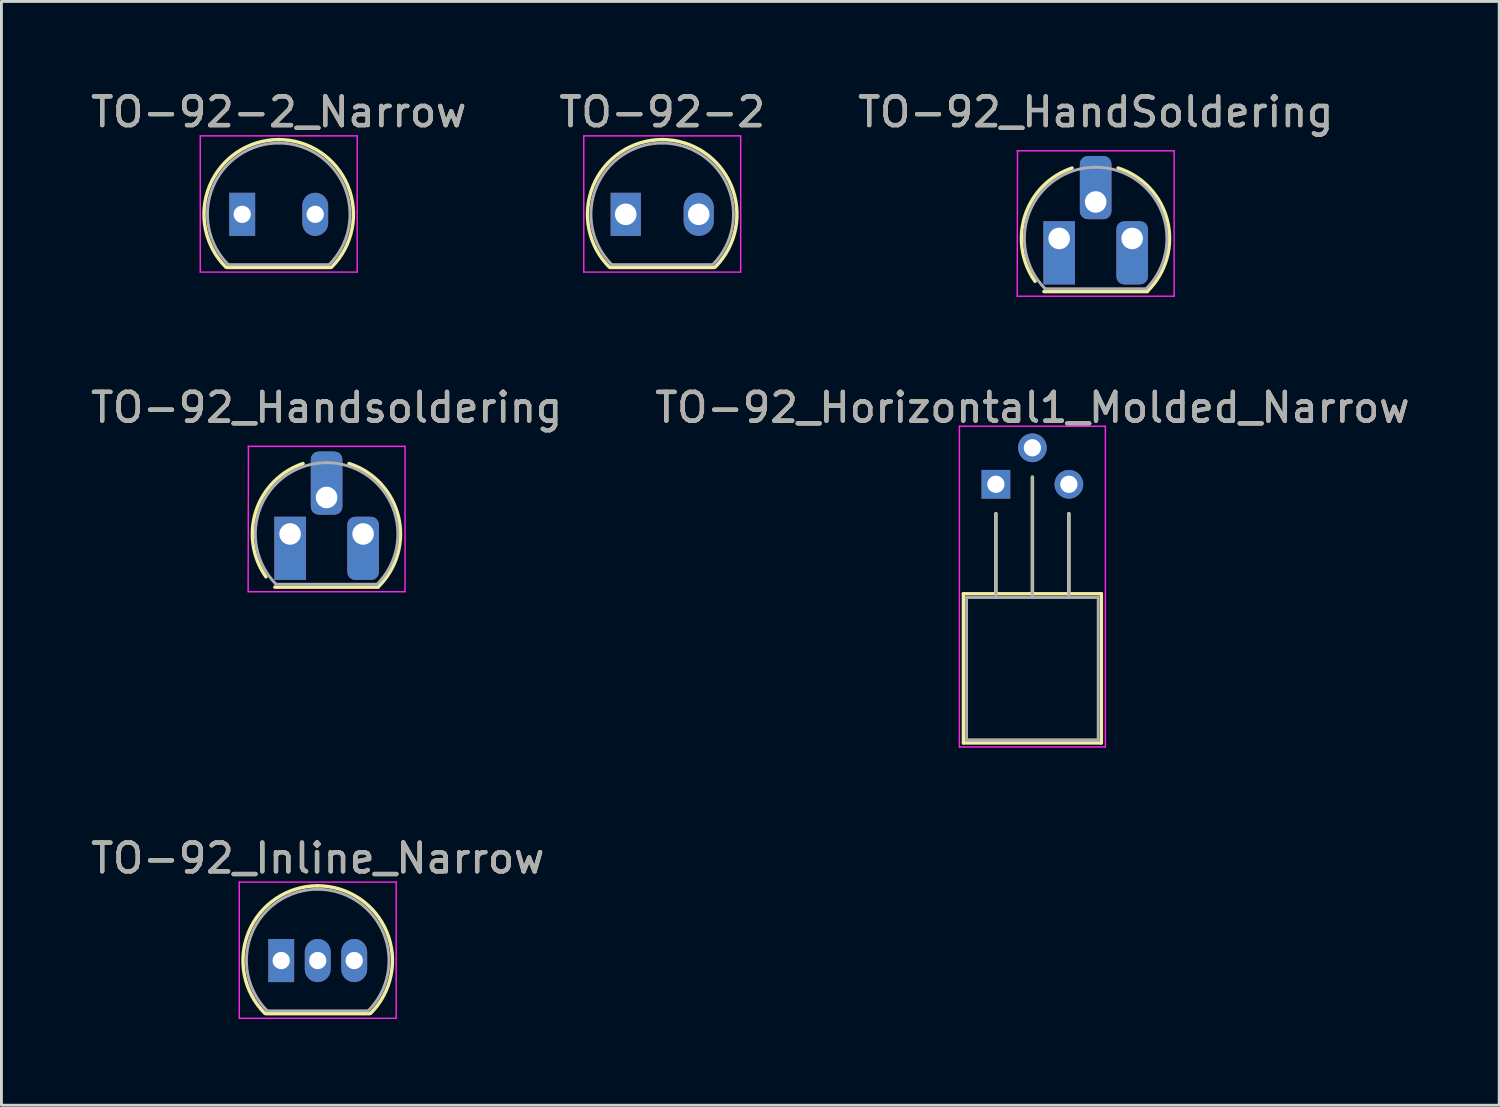
<source format=kicad_pcb>
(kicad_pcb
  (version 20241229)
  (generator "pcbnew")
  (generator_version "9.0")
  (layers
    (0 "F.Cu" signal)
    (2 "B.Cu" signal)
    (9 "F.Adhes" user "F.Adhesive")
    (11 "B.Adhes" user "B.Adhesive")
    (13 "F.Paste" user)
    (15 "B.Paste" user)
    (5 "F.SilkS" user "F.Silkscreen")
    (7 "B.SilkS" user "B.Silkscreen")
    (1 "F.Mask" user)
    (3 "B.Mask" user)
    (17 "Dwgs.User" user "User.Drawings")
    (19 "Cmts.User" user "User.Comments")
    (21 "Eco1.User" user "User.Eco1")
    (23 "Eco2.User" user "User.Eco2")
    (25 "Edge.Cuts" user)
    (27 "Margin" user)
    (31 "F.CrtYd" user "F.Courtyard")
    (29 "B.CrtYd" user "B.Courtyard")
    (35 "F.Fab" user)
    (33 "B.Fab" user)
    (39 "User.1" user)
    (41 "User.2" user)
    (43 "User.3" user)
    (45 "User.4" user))
  (footprint "TO-92_HandSoldering"
    (layer "F.Cu")
    (at 33.807 5.248)
    (property "Reference" "TO-92_HandSoldering" (at 1.27 -4.4 0) (layer "F.SilkS") (effects (font (size 1 1) (thickness 0.15))))
    (attr through_hole)
    (fp_line (start -0.53 1.85) (end 3.07 1.85) (stroke (width 0.12) (type solid)) (layer "F.SilkS"))
    (fp_arc (start -0.839049 1.492251) (mid -1.18564 -0.802952) (end 0.45 -2.45) (stroke (width 0.12) (type solid)) (layer "F.SilkS"))
    (fp_arc (start 2.05 -2.45) (mid 3.769931 -0.601036) (end 3.078445 1.827684) (stroke (width 0.12) (type solid)) (layer "F.SilkS"))
    (fp_line (start -1.46 -3.05) (end 4 -3.05) (stroke (width 0.05) (type solid)) (layer "F.CrtYd"))
    (fp_line (start -1.45 -3.05) (end -1.46 2.01) (stroke (width 0.05) (type solid)) (layer "F.CrtYd"))
    (fp_line (start 4 2.01) (end -1.46 2.01) (stroke (width 0.05) (type solid)) (layer "F.CrtYd"))
    (fp_line (start 4 2.01) (end 4 -3.05) (stroke (width 0.05) (type solid)) (layer "F.CrtYd"))
    (fp_line (start -0.5 1.75) (end 3 1.75) (stroke (width 0.1) (type solid)) (layer "F.Fab"))
    (fp_arc (start -0.483625 1.753625) (mid -1.021221 -0.949055) (end 1.27 -2.48) (stroke (width 0.1) (type solid)) (layer "F.Fab"))
    (fp_arc (start 1.27 -2.48) (mid 3.561221 -0.949055) (end 3.023625 1.753625) (stroke (width 0.1) (type solid)) (layer "F.Fab"))
    (fp_text user "${REFERENCE}" (at 1.27 -4.4 0) (layer "F.Fab") (effects (font (size 1 1) (thickness 0.15))))
    (pad "1" thru_hole rect (at 0 0) (size 1.1 2.2) (drill 0.75 (offset 0 0.5)) (layers "*.Cu" "*.Mask"))
    (pad "2" thru_hole roundrect (at 1.27 -1.27) (size 1.1 2.2) (drill 0.75 (offset 0 -0.5)) (layers "*.Cu" "*.Mask") (roundrect_rratio 0.25))
    (pad "3" thru_hole roundrect (at 2.54 0) (size 1.1 2.2) (drill 0.75 (offset 0 0.5)) (layers "*.Cu" "*.Mask") (roundrect_rratio 0.25)))
  (footprint "TO-92_Handsoldering"
    (layer "F.Cu")
    (at 7.045 15.531)
    (property "Reference" "TO-92_Handsoldering" (at 1.27 -4.4 0) (layer "F.SilkS") (effects (font (size 1 1) (thickness 0.15))))
    (attr through_hole)
    (fp_line (start -0.53 1.85) (end 3.07 1.85) (stroke (width 0.12) (type solid)) (layer "F.SilkS"))
    (fp_arc (start -0.839049 1.492251) (mid -1.18564 -0.802952) (end 0.45 -2.45) (stroke (width 0.12) (type solid)) (layer "F.SilkS"))
    (fp_arc (start 2.05 -2.45) (mid 3.769931 -0.601036) (end 3.078445 1.827684) (stroke (width 0.12) (type solid)) (layer "F.SilkS"))
    (fp_line (start -1.46 -3.05) (end 4 -3.05) (stroke (width 0.05) (type solid)) (layer "F.CrtYd"))
    (fp_line (start -1.45 -3.05) (end -1.46 2.01) (stroke (width 0.05) (type solid)) (layer "F.CrtYd"))
    (fp_line (start 4 2.01) (end -1.46 2.01) (stroke (width 0.05) (type solid)) (layer "F.CrtYd"))
    (fp_line (start 4 2.01) (end 4 -3.05) (stroke (width 0.05) (type solid)) (layer "F.CrtYd"))
    (fp_line (start -0.5 1.75) (end 3 1.75) (stroke (width 0.1) (type solid)) (layer "F.Fab"))
    (fp_arc (start -0.483625 1.753625) (mid -1.021221 -0.949055) (end 1.27 -2.48) (stroke (width 0.1) (type solid)) (layer "F.Fab"))
    (fp_arc (start 1.27 -2.48) (mid 3.561221 -0.949055) (end 3.023625 1.753625) (stroke (width 0.1) (type solid)) (layer "F.Fab"))
    (fp_text user "${REFERENCE}" (at 1.27 -4.4 0) (layer "F.Fab") (effects (font (size 1 1) (thickness 0.15))))
    (pad "1" thru_hole rect (at 0 0) (size 1.1 2.2) (drill 0.75 (offset 0 0.5)) (layers "*.Cu" "*.Mask"))
    (pad "2" thru_hole roundrect (at 1.27 -1.27) (size 1.1 2.2) (drill 0.75 (offset 0 -0.5)) (layers "*.Cu" "*.Mask") (roundrect_rratio 0.25))
    (pad "3" thru_hole roundrect (at 2.54 0) (size 1.1 2.2) (drill 0.75 (offset 0 0.5)) (layers "*.Cu" "*.Mask") (roundrect_rratio 0.25)))
  (footprint "TO-92-2"
    (layer "F.Cu")
    (at 18.724 4.408)
    (property "Reference" "TO-92-2" (at 1.27 -3.56 0) (layer "F.SilkS") (effects (font (size 1 1) (thickness 0.15))))
    (attr through_hole)
    (fp_line (start -0.53 1.85) (end 3.07 1.85) (stroke (width 0.12) (type solid)) (layer "F.SilkS"))
    (fp_arc (start -0.568478 1.838478) (mid -1.132087 -0.994977) (end 1.27 -2.6) (stroke (width 0.12) (type solid)) (layer "F.SilkS"))
    (fp_arc (start 1.27 -2.6) (mid 3.672087 -0.994977) (end 3.108478 1.838478) (stroke (width 0.12) (type solid)) (layer "F.SilkS"))
    (fp_line (start -1.46 -2.73) (end -1.46 2.01) (stroke (width 0.05) (type solid)) (layer "F.CrtYd"))
    (fp_line (start -1.46 -2.73) (end 4 -2.73) (stroke (width 0.05) (type solid)) (layer "F.CrtYd"))
    (fp_line (start 4 2.01) (end -1.46 2.01) (stroke (width 0.05) (type solid)) (layer "F.CrtYd"))
    (fp_line (start 4 2.01) (end 4 -2.73) (stroke (width 0.05) (type solid)) (layer "F.CrtYd"))
    (fp_line (start -0.5 1.75) (end 3 1.75) (stroke (width 0.1) (type solid)) (layer "F.Fab"))
    (fp_arc (start -0.483625 1.753625) (mid -1.021221 -0.949055) (end 1.27 -2.48) (stroke (width 0.1) (type solid)) (layer "F.Fab"))
    (fp_arc (start 1.27 -2.48) (mid 3.561221 -0.949055) (end 3.023625 1.753625) (stroke (width 0.1) (type solid)) (layer "F.Fab"))
    (fp_text user "${REFERENCE}" (at 1.27 -3.56 0) (layer "F.Fab") (effects (font (size 1 1) (thickness 0.15))))
    (pad "1" thru_hole rect (at 0 0) (size 1.05 1.5) (drill 0.75) (layers "*.Cu" "*.Mask"))
    (pad "2" thru_hole oval (at 2.54 0) (size 1.05 1.5) (drill 0.75) (layers "*.Cu" "*.Mask")))
  (footprint "TO-92_Horizontal1_Molded_Narrow"
    (layer "F.Cu")
    (at 31.605 13.802)
    (property "Reference" "TO-92_Horizontal1_Molded_Narrow" (at 1.27 -2.67 0) (layer "F.SilkS") (effects (font (size 1 1) (thickness 0.15))))
    (attr through_hole)
    (fp_line (start -1.13 3.81) (end 3.67 3.81) (stroke (width 0.12) (type solid)) (layer "F.SilkS"))
    (fp_line (start -1.13 9) (end -1.13 3.81) (stroke (width 0.12) (type solid)) (layer "F.SilkS"))
    (fp_line (start 0 1.02) (end 0 3.81) (stroke (width 0.12) (type solid)) (layer "F.SilkS"))
    (fp_line (start 1.27 -0.25) (end 1.27 3.81) (stroke (width 0.12) (type solid)) (layer "F.SilkS"))
    (fp_line (start 2.54 1.02) (end 2.54 3.81) (stroke (width 0.12) (type solid)) (layer "F.SilkS"))
    (fp_line (start 3.67 3.81) (end 3.67 9) (stroke (width 0.12) (type solid)) (layer "F.SilkS"))
    (fp_line (start 3.67 9) (end -1.13 9) (stroke (width 0.12) (type solid)) (layer "F.SilkS"))
    (fp_line (start -1.27 -2.02) (end -1.27 9.14) (stroke (width 0.05) (type solid)) (layer "F.CrtYd"))
    (fp_line (start -1.27 -2.02) (end 3.81 -2.02) (stroke (width 0.05) (type solid)) (layer "F.CrtYd"))
    (fp_line (start 3.81 9.14) (end -1.27 9.14) (stroke (width 0.05) (type solid)) (layer "F.CrtYd"))
    (fp_line (start 3.81 9.14) (end 3.81 -2.02) (stroke (width 0.05) (type solid)) (layer "F.CrtYd"))
    (fp_line (start -1.02 3.94) (end 3.56 3.94) (stroke (width 0.1) (type solid)) (layer "F.Fab"))
    (fp_line (start -1.02 8.89) (end -1.02 3.94) (stroke (width 0.1) (type solid)) (layer "F.Fab"))
    (fp_line (start 0 3.94) (end 0 1.02) (stroke (width 0.1) (type solid)) (layer "F.Fab"))
    (fp_line (start 1.27 3.94) (end 1.27 -0.25) (stroke (width 0.1) (type solid)) (layer "F.Fab"))
    (fp_line (start 2.54 3.94) (end 2.54 1.02) (stroke (width 0.1) (type solid)) (layer "F.Fab"))
    (fp_line (start 3.56 3.94) (end 3.56 8.89) (stroke (width 0.1) (type solid)) (layer "F.Fab"))
    (fp_line (start 3.56 8.89) (end -1.02 8.89) (stroke (width 0.1) (type solid)) (layer "F.Fab"))
    (fp_text user "${REFERENCE}" (at 1.27 -2.67 0) (layer "F.Fab") (effects (font (size 1 1) (thickness 0.15))))
    (pad "1" thru_hole rect (at 0 0 90) (size 1 1) (drill 0.6) (layers "*.Cu" "*.Mask"))
    (pad "2" thru_hole circle (at 1.27 -1.27 90) (size 1 1) (drill 0.6) (layers "*.Cu" "*.Mask"))
    (pad "3" thru_hole circle (at 2.54 0 90) (size 1 1) (drill 0.6) (layers "*.Cu" "*.Mask")))
  (footprint "TO-92_Inline_Narrow"
    (layer "F.Cu")
    (at 6.736 30.375)
    (property "Reference" "TO-92_Inline_Narrow" (at 1.27 -3.56 0) (layer "F.SilkS") (effects (font (size 1 1) (thickness 0.15))))
    (attr through_hole)
    (fp_line (start -0.53 1.85) (end 3.07 1.85) (stroke (width 0.12) (type solid)) (layer "F.SilkS"))
    (fp_arc (start -0.568478 1.838478) (mid -1.132087 -0.994977) (end 1.27 -2.6) (stroke (width 0.12) (type solid)) (layer "F.SilkS"))
    (fp_arc (start 1.27 -2.6) (mid 3.672087 -0.994977) (end 3.108478 1.838478) (stroke (width 0.12) (type solid)) (layer "F.SilkS"))
    (fp_line (start -1.46 -2.73) (end -1.46 2.01) (stroke (width 0.05) (type solid)) (layer "F.CrtYd"))
    (fp_line (start -1.46 -2.73) (end 4 -2.73) (stroke (width 0.05) (type solid)) (layer "F.CrtYd"))
    (fp_line (start 4 2.01) (end -1.46 2.01) (stroke (width 0.05) (type solid)) (layer "F.CrtYd"))
    (fp_line (start 4 2.01) (end 4 -2.73) (stroke (width 0.05) (type solid)) (layer "F.CrtYd"))
    (fp_line (start -0.5 1.75) (end 3 1.75) (stroke (width 0.1) (type solid)) (layer "F.Fab"))
    (fp_arc (start -0.483625 1.753625) (mid -1.021221 -0.949055) (end 1.27 -2.48) (stroke (width 0.1) (type solid)) (layer "F.Fab"))
    (fp_arc (start 1.27 -2.48) (mid 3.561221 -0.949055) (end 3.023625 1.753625) (stroke (width 0.1) (type solid)) (layer "F.Fab"))
    (fp_text user "${REFERENCE}" (at 1.27 -3.56 0) (layer "F.Fab") (effects (font (size 1 1) (thickness 0.15))))
    (pad "1" thru_hole rect (at 0 0 180) (size 0.9 1.5) (drill 0.6) (layers "*.Cu" "*.Mask"))
    (pad "2" thru_hole oval (at 1.27 0 180) (size 0.9 1.5) (drill 0.6) (layers "*.Cu" "*.Mask"))
    (pad "3" thru_hole oval (at 2.54 0 180) (size 0.9 1.5) (drill 0.6) (layers "*.Cu" "*.Mask")))
  (footprint "TO-92-2_Narrow"
    (layer "F.Cu")
    (at 5.379 4.408)
    (property "Reference" "TO-92-2_Narrow" (at 1.27 -3.56 0) (layer "F.SilkS") (effects (font (size 1 1) (thickness 0.15))))
    (attr through_hole)
    (fp_line (start -0.53 1.85) (end 3.07 1.85) (stroke (width 0.12) (type solid)) (layer "F.SilkS"))
    (fp_arc (start -0.568478 1.838478) (mid -1.132087 -0.994977) (end 1.27 -2.6) (stroke (width 0.12) (type solid)) (layer "F.SilkS"))
    (fp_arc (start 1.27 -2.6) (mid 3.672087 -0.994977) (end 3.108478 1.838478) (stroke (width 0.12) (type solid)) (layer "F.SilkS"))
    (fp_line (start -1.46 -2.73) (end -1.46 2.01) (stroke (width 0.05) (type solid)) (layer "F.CrtYd"))
    (fp_line (start -1.46 -2.73) (end 4 -2.73) (stroke (width 0.05) (type solid)) (layer "F.CrtYd"))
    (fp_line (start 4 2.01) (end -1.46 2.01) (stroke (width 0.05) (type solid)) (layer "F.CrtYd"))
    (fp_line (start 4 2.01) (end 4 -2.73) (stroke (width 0.05) (type solid)) (layer "F.CrtYd"))
    (fp_line (start -0.5 1.75) (end 3 1.75) (stroke (width 0.1) (type solid)) (layer "F.Fab"))
    (fp_arc (start -0.483625 1.753625) (mid -1.021221 -0.949055) (end 1.27 -2.48) (stroke (width 0.1) (type solid)) (layer "F.Fab"))
    (fp_arc (start 1.27 -2.48) (mid 3.561221 -0.949055) (end 3.023625 1.753625) (stroke (width 0.1) (type solid)) (layer "F.Fab"))
    (fp_text user "${REFERENCE}" (at 1.27 -3.56 0) (layer "F.Fab") (effects (font (size 1 1) (thickness 0.15))))
    (pad "1" thru_hole rect (at 0 0) (size 0.9 1.5) (drill 0.6) (layers "*.Cu" "*.Mask"))
    (pad "2" thru_hole oval (at 2.54 0) (size 0.9 1.5) (drill 0.6) (layers "*.Cu" "*.Mask")))
  (gr_rect
    (start -3 -3)
    (end 49.119 35.41)
    (stroke (width 0.1) (type default))
    (fill no)
    (layer "Edge.Cuts")))
</source>
